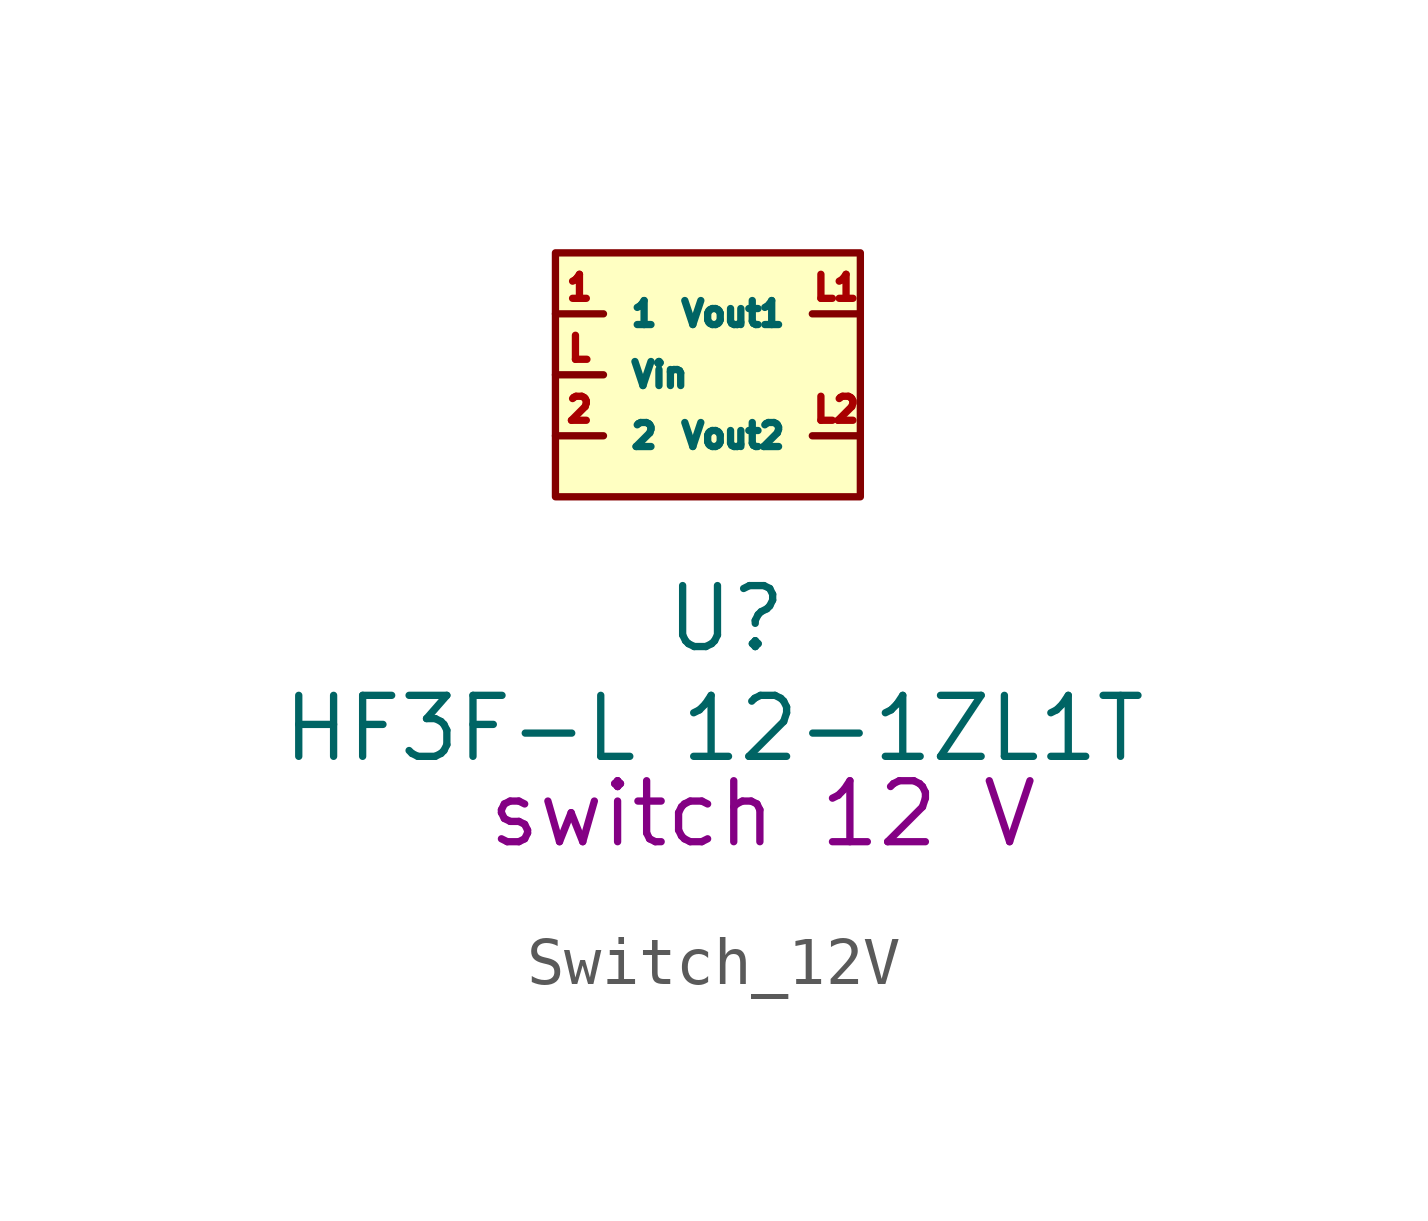
<source format=kicad_sym>
(kicad_symbol_lib
  (version 20231120)
  (generator "kicad_symbol_editor")
  (generator_version "8.0")
  (symbol "Switch_12V"
    (property "Reference" "U"
      (at -0.254 -5.08 0)
      (effects (font (size 1.27 1.27))))
    (property "Value" "HF3F-L 12-1ZL1T"
      (at -0.508 -7.366 0)
      (effects (font (size 1.27 1.27))))
    (property "Description" "switch 12 V"
      (at 0.508 -9.144 0)
      (effects (font (size 1.27 1.27))))
    (symbol "Switch_12V_1_1"
      (rectangle (start -3.81 2.54) (end 2.54 -2.54) (stroke (width 0) (type default)) (fill (type color) (color 255 255 194 1)))
      (pin input line (at -3.81 1.27 0) (length 1) (name "1" (effects (font (size 0.5 0.5)))) (number "1" (effects (font (size 0.5 0.5)))))
      (pin input line (at -3.81 -1.27 0) (length 1) (name "2" (effects (font (size 0.5 0.5)))) (number "2" (effects (font (size 0.5 0.5)))))
      (pin input line (at -3.81 0 0) (length 1) (name "Vin" (effects (font (size 0.5 0.5)))) (number "L" (effects (font (size 0.5 0.5)))))
      (pin output line (at 2.54 1.27 180) (length 1) (name "Vout1" (effects (font (size 0.5 0.5)))) (number "L1" (effects (font (size 0.5 0.5)))))
      (pin output line (at 2.54 -1.27 180) (length 1) (name "Vout2" (effects (font (size 0.5 0.5)))) (number "L2" (effects (font (size 0.5 0.5))))))))
</source>
